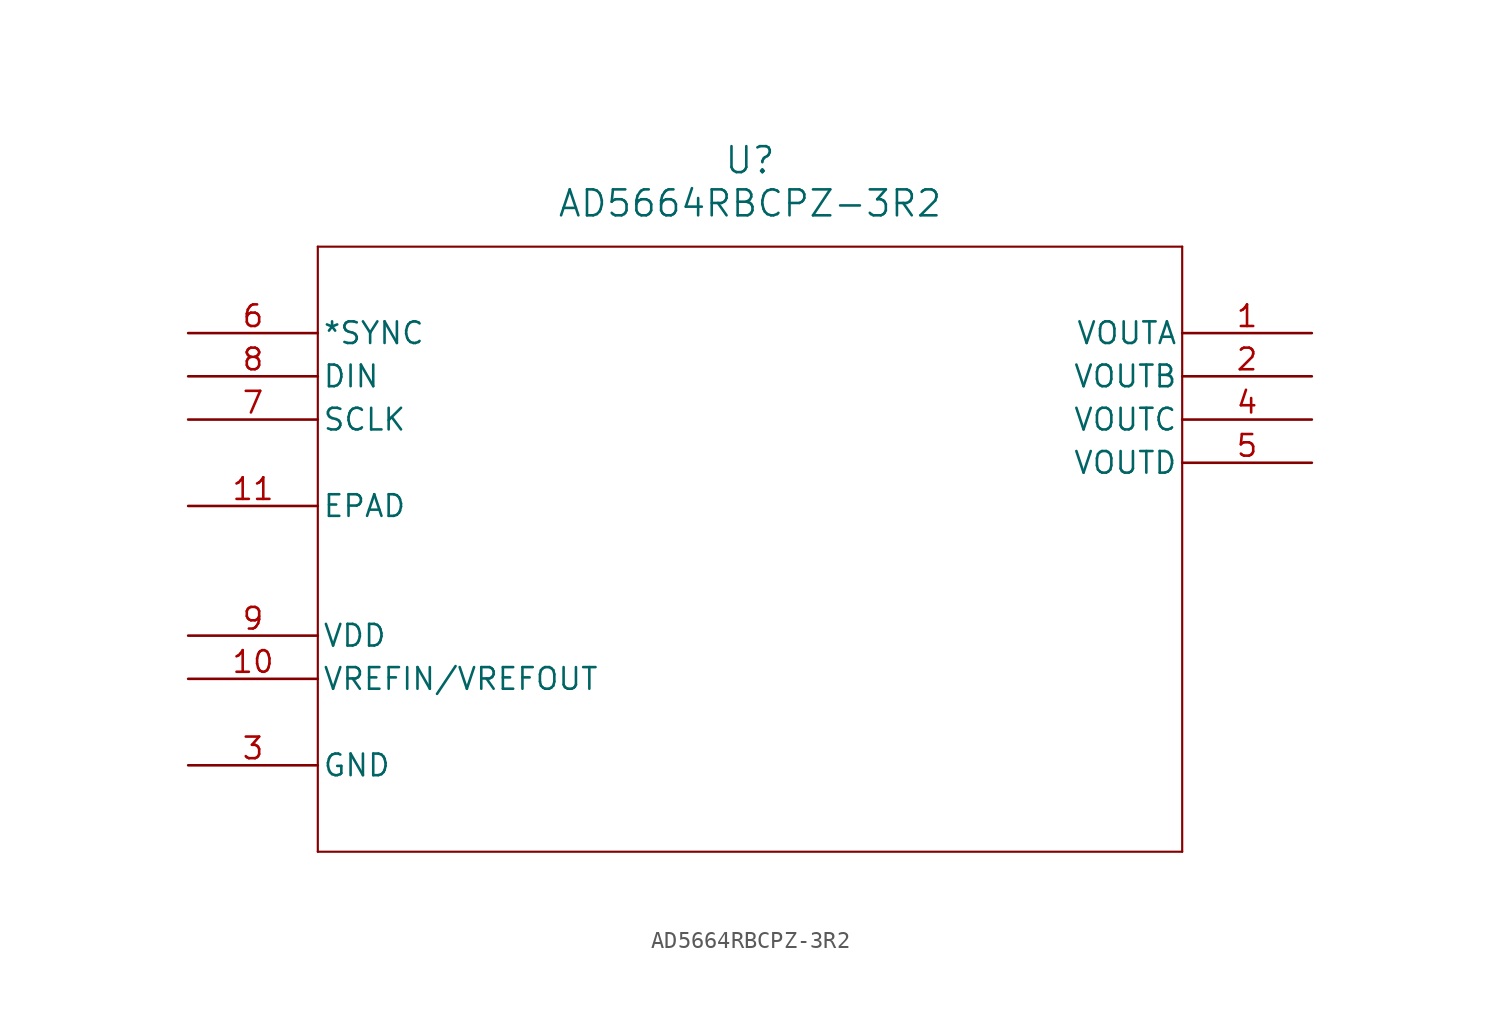
<source format=kicad_sym>
(kicad_symbol_lib
  (version 20211014)
  (generator kicad_symbol_editor)
  (symbol "AD5664RBCPZ-3R2"
    (pin_names
      (offset 0.254))
    (property "Reference" "U"
      (at 33.02 10.16 0)
      (effects (font (size 1.524 1.524))))
    (property "Value" "AD5664RBCPZ-3R2"
      (at 33.02 7.62 0)
      (effects (font (size 1.524 1.524))))
    (symbol "AD5664RBCPZ-3R2_0_1"
      (polyline (pts (xy 7.62 5.08) (xy 7.62 -30.48)) (stroke (width 0.127) (type default) (color 0 0 0 0)) (fill (type none)))
      (polyline (pts (xy 7.62 -30.48) (xy 58.42 -30.48)) (stroke (width 0.127) (type default) (color 0 0 0 0)) (fill (type none)))
      (polyline (pts (xy 58.42 -30.48) (xy 58.42 5.08)) (stroke (width 0.127) (type default) (color 0 0 0 0)) (fill (type none)))
      (polyline (pts (xy 58.42 5.08) (xy 7.62 5.08)) (stroke (width 0.127) (type default) (color 0 0 0 0)) (fill (type none)))
      (pin output line (at 66.04 0 180) (length 7.62) (name "VOUTA" (effects (font (size 1.27 1.27)))) (number "1" (effects (font (size 1.27 1.27)))))
      (pin output line (at 66.04 -2.54 180) (length 7.62) (name "VOUTB" (effects (font (size 1.27 1.27)))) (number "2" (effects (font (size 1.27 1.27)))))
      (pin power_in line (at 0 -25.4 0) (length 7.62) (name "GND" (effects (font (size 1.27 1.27)))) (number "3" (effects (font (size 1.27 1.27)))))
      (pin output line (at 66.04 -5.08 180) (length 7.62) (name "VOUTC" (effects (font (size 1.27 1.27)))) (number "4" (effects (font (size 1.27 1.27)))))
      (pin output line (at 66.04 -7.62 180) (length 7.62) (name "VOUTD" (effects (font (size 1.27 1.27)))) (number "5" (effects (font (size 1.27 1.27)))))
      (pin input line (at 0 0 0) (length 7.62) (name "*SYNC" (effects (font (size 1.27 1.27)))) (number "6" (effects (font (size 1.27 1.27)))))
      (pin input line (at 0 -5.08 0) (length 7.62) (name "SCLK" (effects (font (size 1.27 1.27)))) (number "7" (effects (font (size 1.27 1.27)))))
      (pin input line (at 0 -2.54 0) (length 7.62) (name "DIN" (effects (font (size 1.27 1.27)))) (number "8" (effects (font (size 1.27 1.27)))))
      (pin power_in line (at 0 -17.78 0) (length 7.62) (name "VDD" (effects (font (size 1.27 1.27)))) (number "9" (effects (font (size 1.27 1.27)))))
      (pin bidirectional line (at 0 -20.32 0) (length 7.62) (name "VREFIN/VREFOUT" (effects (font (size 1.27 1.27)))) (number "10" (effects (font (size 1.27 1.27)))))
      (pin unspecified line (at 0 -10.16 0) (length 7.62) (name "EPAD" (effects (font (size 1.27 1.27)))) (number "11" (effects (font (size 1.27 1.27))))))))
</source>
